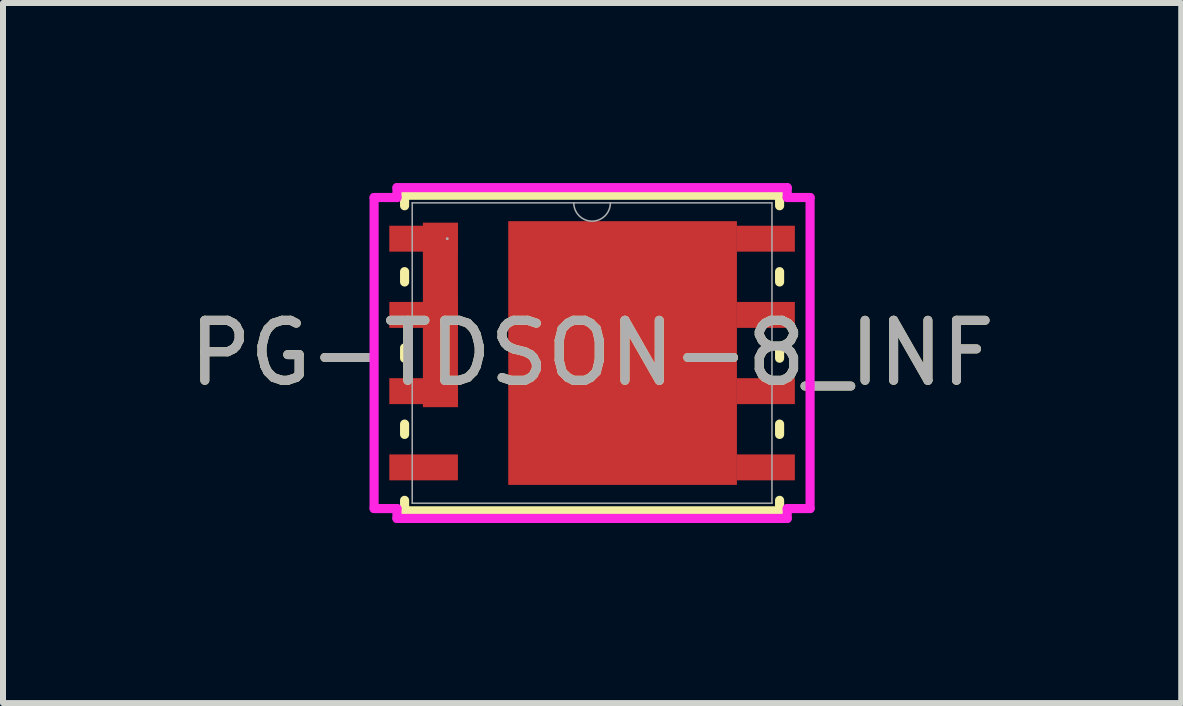
<source format=kicad_pcb>
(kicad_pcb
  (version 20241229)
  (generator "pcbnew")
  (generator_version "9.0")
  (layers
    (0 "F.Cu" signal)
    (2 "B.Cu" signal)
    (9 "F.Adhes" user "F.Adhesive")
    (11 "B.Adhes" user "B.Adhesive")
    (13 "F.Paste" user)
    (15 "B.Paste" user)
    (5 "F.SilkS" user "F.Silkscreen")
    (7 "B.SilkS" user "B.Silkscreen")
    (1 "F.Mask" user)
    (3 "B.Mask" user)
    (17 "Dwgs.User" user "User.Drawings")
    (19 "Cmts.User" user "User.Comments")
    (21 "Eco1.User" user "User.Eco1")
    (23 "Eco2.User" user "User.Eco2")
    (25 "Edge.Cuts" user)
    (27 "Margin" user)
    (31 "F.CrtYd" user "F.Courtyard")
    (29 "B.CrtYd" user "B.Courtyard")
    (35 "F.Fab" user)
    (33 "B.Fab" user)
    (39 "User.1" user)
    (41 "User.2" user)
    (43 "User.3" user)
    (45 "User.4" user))
  (footprint "PG-TDSON-8_INF"
    (layer "F.Cu")
    (at 6.815 2.832)
    (property "Reference" "PG-TDSON-8_INF" (at 0 0 0) (unlocked yes) (layer "F.SilkS") (effects (font (size 1 1) (thickness 0.15))))
    (attr smd)
    (fp_poly (pts (xy -2.235 -2.172) (xy -2.235 0.902) (xy -2.819 0.902) (xy -2.819 -2.172)) (stroke (width 0) (type solid)) (fill yes) (layer "F.Cu"))
    (fp_poly (pts (xy -1.397 -2.197) (xy -1.397 2.197) (xy 2.413 2.197) (xy 2.413 -2.197)) (stroke (width 0) (type solid)) (fill yes) (layer "F.Cu"))
    (fp_poly (pts (xy -2.235 -2.172) (xy -2.235 0.902) (xy -2.819 0.902) (xy -2.819 -2.172)) (stroke (width 0) (type solid)) (fill yes) (layer "F.Mask"))
    (fp_poly (pts (xy -1.397 -2.197) (xy -1.397 2.197) (xy 2.413 2.197) (xy 2.413 -2.197)) (stroke (width 0) (type solid)) (fill yes) (layer "F.Mask"))
    (fp_line (start -3.124 -2.629) (end -3.124 -2.454) (stroke (width 0.152) (type solid)) (layer "F.SilkS"))
    (fp_line (start -3.124 -1.356) (end -3.124 -1.184) (stroke (width 0.152) (type solid)) (layer "F.SilkS"))
    (fp_line (start -3.124 -0.086) (end -3.124 0.086) (stroke (width 0.152) (type solid)) (layer "F.SilkS"))
    (fp_line (start -3.124 1.184) (end -3.124 1.356) (stroke (width 0.152) (type solid)) (layer "F.SilkS"))
    (fp_line (start -3.124 2.454) (end -3.124 2.629) (stroke (width 0.152) (type solid)) (layer "F.SilkS"))
    (fp_line (start -3.124 2.629) (end 3.124 2.629) (stroke (width 0.152) (type solid)) (layer "F.SilkS"))
    (fp_line (start 3.124 -2.629) (end -3.124 -2.629) (stroke (width 0.152) (type solid)) (layer "F.SilkS"))
    (fp_line (start 3.124 -2.454) (end 3.124 -2.629) (stroke (width 0.152) (type solid)) (layer "F.SilkS"))
    (fp_line (start 3.124 -1.184) (end 3.124 -1.356) (stroke (width 0.152) (type solid)) (layer "F.SilkS"))
    (fp_line (start 3.124 0.086) (end 3.124 -0.086) (stroke (width 0.152) (type solid)) (layer "F.SilkS"))
    (fp_line (start 3.124 1.356) (end 3.124 1.184) (stroke (width 0.152) (type solid)) (layer "F.SilkS"))
    (fp_line (start 3.124 2.629) (end 3.124 2.454) (stroke (width 0.152) (type solid)) (layer "F.SilkS"))
    (fp_poly (pts (xy -2.235 -2.172) (xy -2.235 0.902) (xy -2.819 0.902) (xy -2.819 -2.172)) (stroke (width 0) (type solid)) (fill yes) (layer "F.Paste"))
    (fp_poly (pts (xy -1.805 -2.097) (xy -1.805 -0.832) (xy -0.735 -0.832) (xy -0.735 -2.097)) (stroke (width 0) (type solid)) (fill yes) (layer "F.Paste"))
    (fp_poly (pts (xy -1.805 -0.632) (xy -1.805 0.632) (xy -0.735 0.632) (xy -0.735 -0.632)) (stroke (width 0) (type solid)) (fill yes) (layer "F.Paste"))
    (fp_poly (pts (xy -1.805 0.832) (xy -1.805 2.097) (xy -0.735 2.097) (xy -0.735 0.832)) (stroke (width 0) (type solid)) (fill yes) (layer "F.Paste"))
    (fp_poly (pts (xy -1.397 -2.197) (xy -1.397 2.197) (xy 2.413 2.197) (xy 2.413 -2.197)) (stroke (width 0) (type solid)) (fill yes) (layer "F.Paste"))
    (fp_poly (pts (xy -0.535 -2.097) (xy -0.535 -0.832) (xy 0.535 -0.832) (xy 0.535 -2.097)) (stroke (width 0) (type solid)) (fill yes) (layer "F.Paste"))
    (fp_poly (pts (xy -0.535 -0.632) (xy -0.535 0.632) (xy 0.535 0.632) (xy 0.535 -0.632)) (stroke (width 0) (type solid)) (fill yes) (layer "F.Paste"))
    (fp_poly (pts (xy -0.535 0.832) (xy -0.535 2.097) (xy 0.535 2.097) (xy 0.535 0.832)) (stroke (width 0) (type solid)) (fill yes) (layer "F.Paste"))
    (fp_poly (pts (xy 0.735 -2.097) (xy 0.735 -0.832) (xy 1.805 -0.832) (xy 1.805 -2.097)) (stroke (width 0) (type solid)) (fill yes) (layer "F.Paste"))
    (fp_poly (pts (xy 0.735 -0.632) (xy 0.735 0.632) (xy 1.805 0.632) (xy 1.805 -0.632)) (stroke (width 0) (type solid)) (fill yes) (layer "F.Paste"))
    (fp_poly (pts (xy 0.735 0.832) (xy 0.735 2.097) (xy 1.805 2.097) (xy 1.805 0.832)) (stroke (width 0) (type solid)) (fill yes) (layer "F.Paste"))
    (fp_line (start -3.632 -2.591) (end -3.251 -2.591) (stroke (width 0.152) (type solid)) (layer "F.CrtYd"))
    (fp_line (start -3.632 2.591) (end -3.632 -2.591) (stroke (width 0.152) (type solid)) (layer "F.CrtYd"))
    (fp_line (start -3.632 2.591) (end -3.251 2.591) (stroke (width 0.152) (type solid)) (layer "F.CrtYd"))
    (fp_line (start -3.251 -2.756) (end 3.251 -2.756) (stroke (width 0.152) (type solid)) (layer "F.CrtYd"))
    (fp_line (start -3.251 -2.591) (end -3.251 -2.756) (stroke (width 0.152) (type solid)) (layer "F.CrtYd"))
    (fp_line (start -3.251 2.756) (end -3.251 2.591) (stroke (width 0.152) (type solid)) (layer "F.CrtYd"))
    (fp_line (start 3.251 -2.756) (end 3.251 -2.591) (stroke (width 0.152) (type solid)) (layer "F.CrtYd"))
    (fp_line (start 3.251 2.591) (end 3.251 2.756) (stroke (width 0.152) (type solid)) (layer "F.CrtYd"))
    (fp_line (start 3.251 2.756) (end -3.251 2.756) (stroke (width 0.152) (type solid)) (layer "F.CrtYd"))
    (fp_line (start 3.632 -2.591) (end 3.251 -2.591) (stroke (width 0.152) (type solid)) (layer "F.CrtYd"))
    (fp_line (start 3.632 -2.591) (end 3.632 2.591) (stroke (width 0.152) (type solid)) (layer "F.CrtYd"))
    (fp_line (start 3.632 2.591) (end 3.251 2.591) (stroke (width 0.152) (type solid)) (layer "F.CrtYd"))
    (fp_line (start -2.997 -2.502) (end -2.997 2.502) (stroke (width 0.025) (type solid)) (layer "F.Fab"))
    (fp_line (start -2.997 2.502) (end 2.997 2.502) (stroke (width 0.025) (type solid)) (layer "F.Fab"))
    (fp_line (start 2.997 -2.502) (end -2.997 -2.502) (stroke (width 0.025) (type solid)) (layer "F.Fab"))
    (fp_line (start 2.997 2.502) (end 2.997 -2.502) (stroke (width 0.025) (type solid)) (layer "F.Fab"))
    (fp_arc (start 0.3048 -2.5019) (mid 0 -2.1971) (end -0.3048 -2.5019) (stroke (width 0.0254) (type solid)) (layer "F.Fab"))
    (fp_circle (center -2.413 -1.905) (end -2.413 -1.905) (stroke (width 0.025) (type solid)) (fill no) (layer "F.Fab"))
    (fp_text user "${REFERENCE}" (at 0 0 0) (unlocked yes) (layer "F.Fab") (effects (font (size 1 1) (thickness 0.15))))
    (pad "1" smd rect (at -2.807 -1.905) (size 1.143 0.432) (layers "F.Cu" "F.Mask" "F.Paste"))
    (pad "2" smd rect (at -2.807 -0.635) (size 1.143 0.432) (layers "F.Cu" "F.Mask" "F.Paste"))
    (pad "3" smd rect (at -2.807 0.635) (size 1.143 0.432) (layers "F.Cu" "F.Mask" "F.Paste"))
    (pad "4" smd rect (at -2.807 1.905) (size 1.143 0.432) (layers "F.Cu" "F.Mask" "F.Paste"))
    (pad "5" smd rect (at 2.896 1.905) (size 0.965 0.432) (layers "F.Cu" "F.Mask" "F.Paste"))
    (pad "6" smd rect (at 2.896 0.635) (size 0.965 0.432) (layers "F.Cu" "F.Mask" "F.Paste"))
    (pad "7" smd rect (at 2.896 -0.635) (size 0.965 0.432) (layers "F.Cu" "F.Mask" "F.Paste"))
    (pad "8" smd rect (at 2.896 -1.905) (size 0.965 0.432) (layers "F.Cu" "F.Mask" "F.Paste")))
  (gr_rect
    (start -3 -3)
    (end 16.631 8.664)
    (stroke (width 0.1) (type default))
    (fill no)
    (layer "Edge.Cuts")))
</source>
